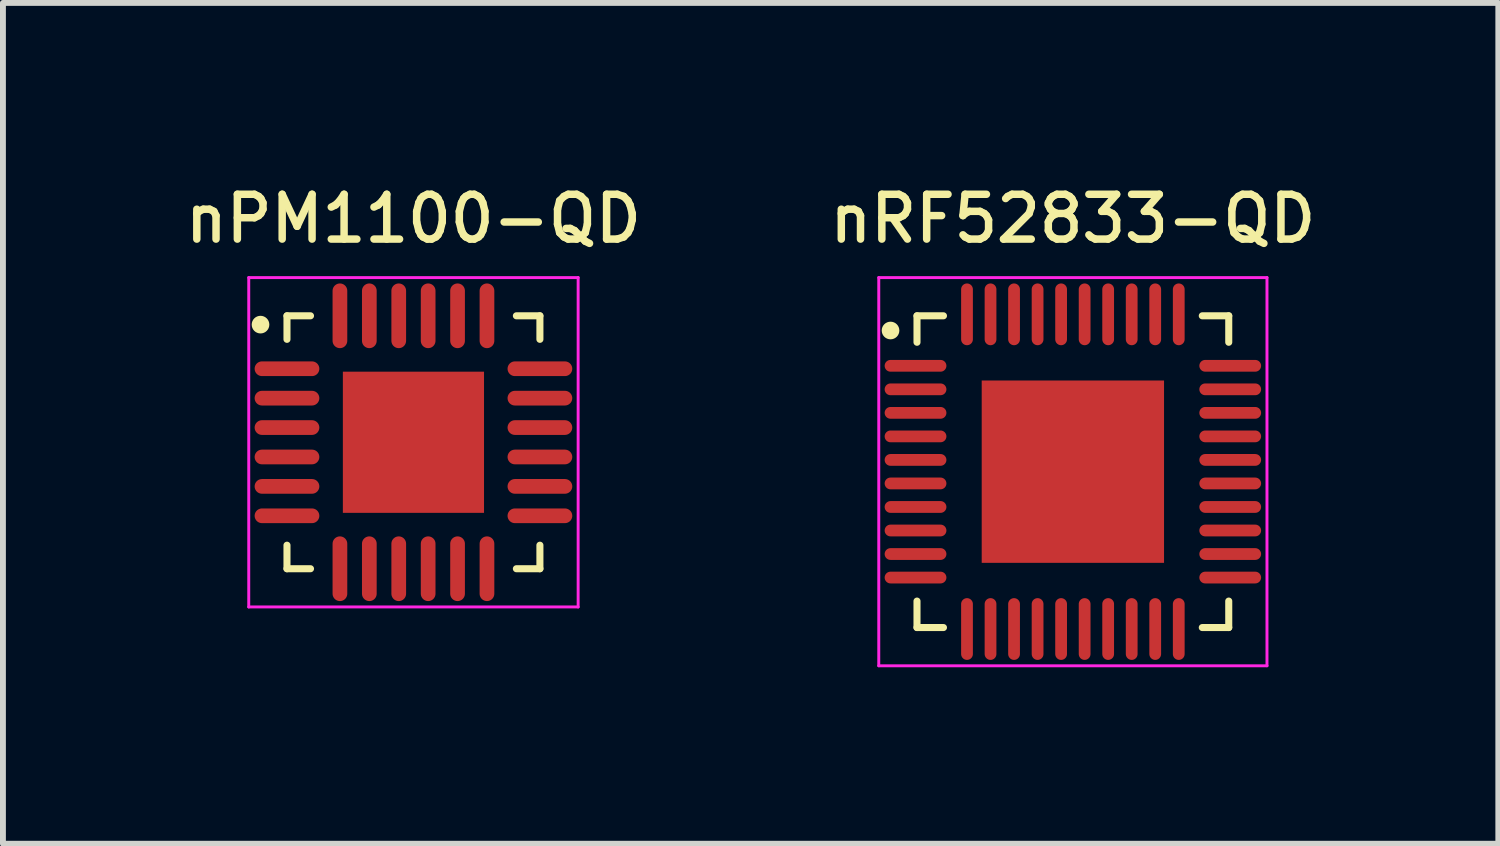
<source format=kicad_pcb>
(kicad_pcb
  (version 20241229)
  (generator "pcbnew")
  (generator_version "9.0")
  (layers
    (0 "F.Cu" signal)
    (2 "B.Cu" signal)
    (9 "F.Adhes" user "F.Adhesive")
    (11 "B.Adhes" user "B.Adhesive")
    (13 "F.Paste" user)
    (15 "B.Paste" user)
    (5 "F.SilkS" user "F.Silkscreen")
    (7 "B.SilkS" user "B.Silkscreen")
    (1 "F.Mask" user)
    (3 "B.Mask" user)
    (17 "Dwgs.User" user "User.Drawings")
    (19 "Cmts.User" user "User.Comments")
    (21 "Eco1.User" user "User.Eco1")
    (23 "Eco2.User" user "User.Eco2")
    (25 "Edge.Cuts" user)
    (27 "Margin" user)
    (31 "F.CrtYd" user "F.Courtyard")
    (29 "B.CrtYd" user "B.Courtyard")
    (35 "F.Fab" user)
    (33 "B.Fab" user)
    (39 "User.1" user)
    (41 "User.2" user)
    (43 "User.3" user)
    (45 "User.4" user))
  (footprint "nPM1100-QD"
    (layer "F.Cu")
    (at 3.979 4.469)
    (property "Reference" "nPM1100-QD" (at 0 -3.8 0) (layer "F.SilkS") (effects (font (size 0.762 0.762) (thickness 0.127) (bold yes))))
    (attr smd)
    (fp_line (start -2.15 -2.15) (end -1.75 -2.15) (stroke (width 0.12) (type default)) (layer "F.SilkS"))
    (fp_line (start -2.15 -1.75) (end -2.15 -2.15) (stroke (width 0.12) (type default)) (layer "F.SilkS"))
    (fp_line (start -2.15 2.15) (end -2.15 1.75) (stroke (width 0.12) (type default)) (layer "F.SilkS"))
    (fp_line (start -1.75 2.15) (end -2.15 2.15) (stroke (width 0.12) (type default)) (layer "F.SilkS"))
    (fp_line (start 1.75 -2.15) (end 2.15 -2.15) (stroke (width 0.12) (type default)) (layer "F.SilkS"))
    (fp_line (start 1.75 2.15) (end 2.15 2.15) (stroke (width 0.12) (type default)) (layer "F.SilkS"))
    (fp_line (start 2.15 -2.15) (end 2.15 -1.75) (stroke (width 0.12) (type default)) (layer "F.SilkS"))
    (fp_line (start 2.15 2.15) (end 2.15 1.75) (stroke (width 0.12) (type default)) (layer "F.SilkS"))
    (fp_circle (center -2.6 -2) (end -2.5 -2) (stroke (width 0.1) (type solid)) (fill yes) (layer "F.SilkS"))
    (fp_line (start -2.8 -2.8) (end 2.8 -2.8) (stroke (width 0.05) (type default)) (layer "F.CrtYd"))
    (fp_line (start -2.8 2.8) (end -2.8 -2.8) (stroke (width 0.05) (type default)) (layer "F.CrtYd"))
    (fp_line (start 2.8 -2.8) (end 2.8 2.8) (stroke (width 0.05) (type default)) (layer "F.CrtYd"))
    (fp_line (start 2.8 2.8) (end -2.8 2.8) (stroke (width 0.05) (type default)) (layer "F.CrtYd"))
    (pad "1" smd oval (at -2.15 -1.25 90) (size 0.25 1.1) (layers "F.Cu" "F.Mask" "F.Paste"))
    (pad "2" smd oval (at -2.15 -0.75 90) (size 0.25 1.1) (layers "F.Cu" "F.Mask" "F.Paste"))
    (pad "3" smd oval (at -2.15 -0.25 90) (size 0.25 1.1) (layers "F.Cu" "F.Mask" "F.Paste"))
    (pad "4" smd oval (at -2.15 0.25 90) (size 0.25 1.1) (layers "F.Cu" "F.Mask" "F.Paste"))
    (pad "5" smd oval (at -2.15 0.75 90) (size 0.25 1.1) (layers "F.Cu" "F.Mask" "F.Paste"))
    (pad "6" smd oval (at -2.15 1.25 90) (size 0.25 1.1) (layers "F.Cu" "F.Mask" "F.Paste"))
    (pad "7" smd oval (at -1.25 2.15) (size 0.25 1.1) (layers "F.Cu" "F.Mask" "F.Paste"))
    (pad "8" smd oval (at -0.75 2.15) (size 0.25 1.1) (layers "F.Cu" "F.Mask" "F.Paste"))
    (pad "9" smd oval (at -0.25 2.15) (size 0.25 1.1) (layers "F.Cu" "F.Mask" "F.Paste"))
    (pad "10" smd oval (at 0.25 2.15) (size 0.25 1.1) (layers "F.Cu" "F.Mask" "F.Paste"))
    (pad "11" smd oval (at 0.75 2.15) (size 0.25 1.1) (layers "F.Cu" "F.Mask" "F.Paste"))
    (pad "12" smd oval (at 1.25 2.15) (size 0.25 1.1) (layers "F.Cu" "F.Mask" "F.Paste"))
    (pad "13" smd oval (at 2.15 1.25 90) (size 0.25 1.1) (layers "F.Cu" "F.Mask" "F.Paste"))
    (pad "14" smd oval (at 2.15 0.75 90) (size 0.25 1.1) (layers "F.Cu" "F.Mask" "F.Paste"))
    (pad "15" smd oval (at 2.15 0.25 90) (size 0.25 1.1) (layers "F.Cu" "F.Mask" "F.Paste"))
    (pad "16" smd oval (at 2.15 -0.25 90) (size 0.25 1.1) (layers "F.Cu" "F.Mask" "F.Paste"))
    (pad "17" smd oval (at 2.15 -0.75 90) (size 0.25 1.1) (layers "F.Cu" "F.Mask" "F.Paste"))
    (pad "18" smd oval (at 2.15 -1.25 90) (size 0.25 1.1) (layers "F.Cu" "F.Mask" "F.Paste"))
    (pad "19" smd oval (at 1.25 -2.15) (size 0.25 1.1) (layers "F.Cu" "F.Mask" "F.Paste"))
    (pad "20" smd oval (at 0.75 -2.15) (size 0.25 1.1) (layers "F.Cu" "F.Mask" "F.Paste"))
    (pad "21" smd oval (at 0.25 -2.15) (size 0.25 1.1) (layers "F.Cu" "F.Mask" "F.Paste"))
    (pad "22" smd oval (at -0.25 -2.15) (size 0.25 1.1) (layers "F.Cu" "F.Mask" "F.Paste"))
    (pad "23" smd oval (at -0.75 -2.15) (size 0.25 1.1) (layers "F.Cu" "F.Mask" "F.Paste"))
    (pad "24" smd oval (at -1.25 -2.15) (size 0.25 1.1) (layers "F.Cu" "F.Mask" "F.Paste"))
    (pad "PAD" smd rect (at 0 0) (size 2.4 2.4) (layers "F.Cu" "F.Mask" "F.Paste")))
  (footprint "nRF52833-QD"
    (layer "F.Cu")
    (at 15.19 4.969)
    (property "Reference" "nRF52833-QD" (at 0 -4.3 0) (layer "F.SilkS") (effects (font (size 0.762 0.762) (thickness 0.127) (bold yes))))
    (attr smd)
    (fp_line (start -2.65 -2.65) (end -2.65 -2.2) (stroke (width 0.12) (type default)) (layer "F.SilkS"))
    (fp_line (start -2.65 2.65) (end -2.65 2.2) (stroke (width 0.12) (type default)) (layer "F.SilkS"))
    (fp_line (start -2.2 -2.65) (end -2.65 -2.65) (stroke (width 0.12) (type default)) (layer "F.SilkS"))
    (fp_line (start -2.2 2.65) (end -2.65 2.65) (stroke (width 0.12) (type default)) (layer "F.SilkS"))
    (fp_line (start 2.2 -2.65) (end 2.65 -2.65) (stroke (width 0.12) (type default)) (layer "F.SilkS"))
    (fp_line (start 2.2 2.65) (end 2.65 2.65) (stroke (width 0.12) (type default)) (layer "F.SilkS"))
    (fp_line (start 2.65 -2.65) (end 2.65 -2.2) (stroke (width 0.12) (type default)) (layer "F.SilkS"))
    (fp_line (start 2.65 2.65) (end 2.65 2.2) (stroke (width 0.12) (type default)) (layer "F.SilkS"))
    (fp_circle (center -3.1 -2.4) (end -3 -2.4) (stroke (width 0.1) (type solid)) (fill yes) (layer "F.SilkS"))
    (fp_line (start -3.3 -3.3) (end 3.3 -3.3) (stroke (width 0.05) (type default)) (layer "F.CrtYd"))
    (fp_line (start -3.3 3.3) (end -3.3 -3.3) (stroke (width 0.05) (type default)) (layer "F.CrtYd"))
    (fp_line (start 3.3 -3.3) (end 3.3 3.3) (stroke (width 0.05) (type default)) (layer "F.CrtYd"))
    (fp_line (start 3.3 3.3) (end -3.3 3.3) (stroke (width 0.05) (type default)) (layer "F.CrtYd"))
    (pad "1" smd oval (at -2.675 -1.8 90) (size 0.2 1.05) (layers "F.Cu" "F.Mask" "F.Paste"))
    (pad "2" smd oval (at -2.675 -1.4 90) (size 0.2 1.05) (layers "F.Cu" "F.Mask" "F.Paste"))
    (pad "3" smd oval (at -2.675 -1 90) (size 0.2 1.05) (layers "F.Cu" "F.Mask" "F.Paste"))
    (pad "4" smd oval (at -2.675 -0.6 90) (size 0.2 1.05) (layers "F.Cu" "F.Mask" "F.Paste"))
    (pad "5" smd oval (at -2.675 -0.2 90) (size 0.2 1.05) (layers "F.Cu" "F.Mask" "F.Paste"))
    (pad "6" smd oval (at -2.675 0.2 90) (size 0.2 1.05) (layers "F.Cu" "F.Mask" "F.Paste"))
    (pad "7" smd oval (at -2.675 0.6 90) (size 0.2 1.05) (layers "F.Cu" "F.Mask" "F.Paste"))
    (pad "8" smd oval (at -2.675 1 90) (size 0.2 1.05) (layers "F.Cu" "F.Mask" "F.Paste"))
    (pad "9" smd oval (at -2.675 1.4 90) (size 0.2 1.05) (layers "F.Cu" "F.Mask" "F.Paste"))
    (pad "10" smd oval (at -2.675 1.8 90) (size 0.2 1.05) (layers "F.Cu" "F.Mask" "F.Paste"))
    (pad "11" smd oval (at -1.8 2.675) (size 0.2 1.05) (layers "F.Cu" "F.Mask" "F.Paste"))
    (pad "12" smd oval (at -1.4 2.675) (size 0.2 1.05) (layers "F.Cu" "F.Mask" "F.Paste"))
    (pad "13" smd oval (at -1 2.675) (size 0.2 1.05) (layers "F.Cu" "F.Mask" "F.Paste"))
    (pad "14" smd oval (at -0.6 2.675) (size 0.2 1.05) (layers "F.Cu" "F.Mask" "F.Paste"))
    (pad "15" smd oval (at -0.2 2.675) (size 0.2 1.05) (layers "F.Cu" "F.Mask" "F.Paste"))
    (pad "16" smd oval (at 0.2 2.675) (size 0.2 1.05) (layers "F.Cu" "F.Mask" "F.Paste"))
    (pad "17" smd oval (at 0.6 2.675) (size 0.2 1.05) (layers "F.Cu" "F.Mask" "F.Paste"))
    (pad "18" smd oval (at 1 2.675) (size 0.2 1.05) (layers "F.Cu" "F.Mask" "F.Paste"))
    (pad "19" smd oval (at 1.4 2.675) (size 0.2 1.05) (layers "F.Cu" "F.Mask" "F.Paste"))
    (pad "20" smd oval (at 1.8 2.675) (size 0.2 1.05) (layers "F.Cu" "F.Mask" "F.Paste"))
    (pad "21" smd oval (at 2.675 1.8 90) (size 0.2 1.05) (layers "F.Cu" "F.Mask" "F.Paste"))
    (pad "22" smd oval (at 2.675 1.4 90) (size 0.2 1.05) (layers "F.Cu" "F.Mask" "F.Paste"))
    (pad "23" smd oval (at 2.675 1 90) (size 0.2 1.05) (layers "F.Cu" "F.Mask" "F.Paste"))
    (pad "24" smd oval (at 2.675 0.6 90) (size 0.2 1.05) (layers "F.Cu" "F.Mask" "F.Paste"))
    (pad "25" smd oval (at 2.675 0.2 90) (size 0.2 1.05) (layers "F.Cu" "F.Mask" "F.Paste"))
    (pad "26" smd oval (at 2.675 -0.2 90) (size 0.2 1.05) (layers "F.Cu" "F.Mask" "F.Paste"))
    (pad "27" smd oval (at 2.675 -0.6 90) (size 0.2 1.05) (layers "F.Cu" "F.Mask" "F.Paste"))
    (pad "28" smd oval (at 2.675 -1 90) (size 0.2 1.05) (layers "F.Cu" "F.Mask" "F.Paste"))
    (pad "29" smd oval (at 2.675 -1.4 90) (size 0.2 1.05) (layers "F.Cu" "F.Mask" "F.Paste"))
    (pad "30" smd oval (at 2.675 -1.8 90) (size 0.2 1.05) (layers "F.Cu" "F.Mask" "F.Paste"))
    (pad "31" smd oval (at 1.8 -2.675) (size 0.2 1.05) (layers "F.Cu" "F.Mask" "F.Paste"))
    (pad "32" smd oval (at 1.4 -2.675) (size 0.2 1.05) (layers "F.Cu" "F.Mask" "F.Paste"))
    (pad "33" smd oval (at 1 -2.675) (size 0.2 1.05) (layers "F.Cu" "F.Mask" "F.Paste"))
    (pad "34" smd oval (at 0.6 -2.675) (size 0.2 1.05) (layers "F.Cu" "F.Mask" "F.Paste"))
    (pad "35" smd oval (at 0.2 -2.675) (size 0.2 1.05) (layers "F.Cu" "F.Mask" "F.Paste"))
    (pad "36" smd oval (at -0.2 -2.675) (size 0.2 1.05) (layers "F.Cu" "F.Mask" "F.Paste"))
    (pad "37" smd oval (at -0.6 -2.675) (size 0.2 1.05) (layers "F.Cu" "F.Mask" "F.Paste"))
    (pad "38" smd oval (at -1 -2.675) (size 0.2 1.05) (layers "F.Cu" "F.Mask" "F.Paste"))
    (pad "39" smd oval (at -1.4 -2.675) (size 0.2 1.05) (layers "F.Cu" "F.Mask" "F.Paste"))
    (pad "40" smd oval (at -1.8 -2.675) (size 0.2 1.05) (layers "F.Cu" "F.Mask" "F.Paste"))
    (pad "41" smd rect (at 0 0) (size 3.1 3.1) (layers "F.Cu" "F.Mask" "F.Paste")))
  (gr_rect
    (start -3 -3)
    (end 22.423 11.294)
    (stroke (width 0.1) (type default))
    (fill no)
    (layer "Edge.Cuts")))
</source>
